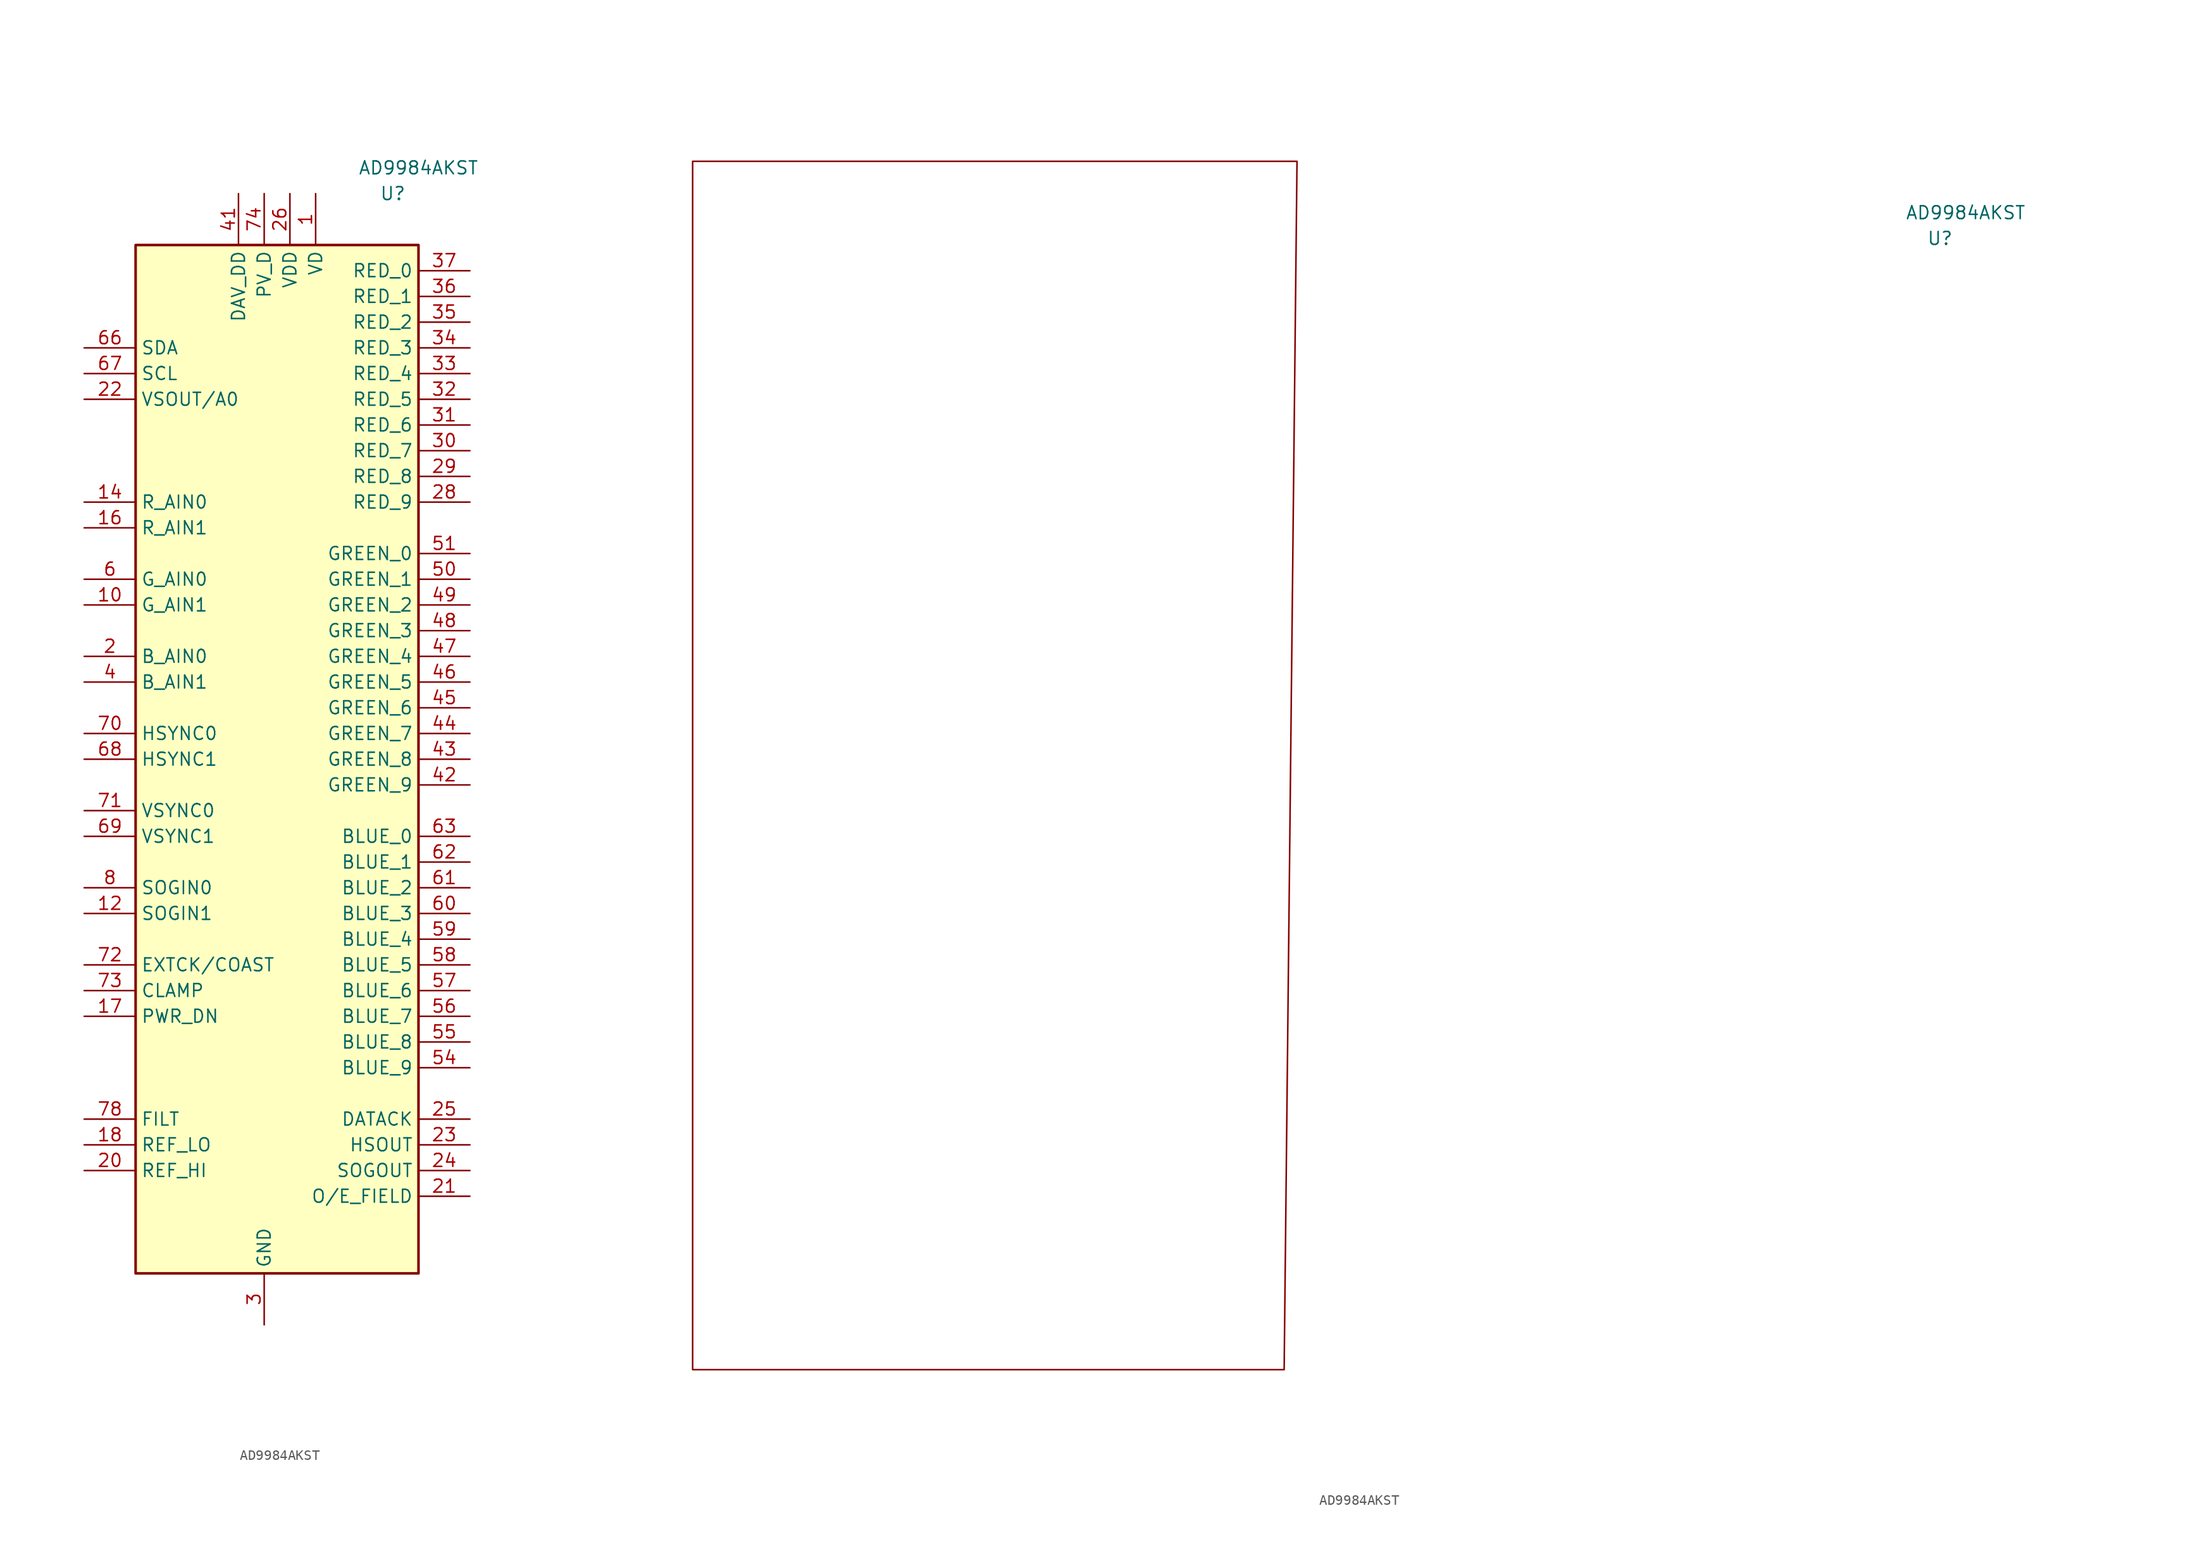
<source format=kicad_sym>
(kicad_symbol_lib
  (version 20241209)
  (generator "kicad_symbol_editor")
  (generator_version "9.0")
  (symbol "AD9984AKST"
    (property "Reference" "U"
      (at 10.16 55.88 0)
      (effects (font (size 1.27 1.27))))
    (property "Value" "AD9984AKST"
      (at 12.7 58.42 0)
      (effects (font (size 1.27 1.27))))
    (symbol "AD9984AKST_0_1"
      (rectangle (start 12.7 50.8) (end -15.24 -50.8) (stroke (width 0.254) (type default)) (fill (type background))))
    (symbol "AD9984AKST_0_2"
      (polyline (pts (xy -113.03 -55.88) (xy -54.61 -55.88) (xy -53.34 63.5) (xy -113.03 63.5) (xy -113.03 -55.88)) (stroke (width 0) (type default)) (fill (type none))))
    (symbol "AD9984AKST_1_1"
      (pin bidirectional line (at -20.32 40.64 0) (length 5.08) (name "SDA" (effects (font (size 1.27 1.27)))) (number "66" (effects (font (size 1.27 1.27)))))
      (pin input line (at -20.32 38.1 0) (length 5.08) (name "SCL" (effects (font (size 1.27 1.27)))) (number "67" (effects (font (size 1.27 1.27)))))
      (pin bidirectional line (at -20.32 35.56 0) (length 5.08) (name "VSOUT/A0" (effects (font (size 1.27 1.27)))) (number "22" (effects (font (size 1.27 1.27)))))
      (pin input line (at -20.32 25.4 0) (length 5.08) (name "R_AIN0" (effects (font (size 1.27 1.27)))) (number "14" (effects (font (size 1.27 1.27)))))
      (pin input line (at -20.32 22.86 0) (length 5.08) (name "R_AIN1" (effects (font (size 1.27 1.27)))) (number "16" (effects (font (size 1.27 1.27)))))
      (pin input line (at -20.32 17.78 0) (length 5.08) (name "G_AIN0" (effects (font (size 1.27 1.27)))) (number "6" (effects (font (size 1.27 1.27)))))
      (pin input line (at -20.32 15.24 0) (length 5.08) (name "G_AIN1" (effects (font (size 1.27 1.27)))) (number "10" (effects (font (size 1.27 1.27)))))
      (pin input line (at -20.32 10.16 0) (length 5.08) (name "B_AIN0" (effects (font (size 1.27 1.27)))) (number "2" (effects (font (size 1.27 1.27)))))
      (pin input line (at -20.32 7.62 0) (length 5.08) (name "B_AIN1" (effects (font (size 1.27 1.27)))) (number "4" (effects (font (size 1.27 1.27)))))
      (pin input line (at -20.32 2.54 0) (length 5.08) (name "HSYNC0" (effects (font (size 1.27 1.27)))) (number "70" (effects (font (size 1.27 1.27)))))
      (pin input line (at -20.32 0 0) (length 5.08) (name "HSYNC1" (effects (font (size 1.27 1.27)))) (number "68" (effects (font (size 1.27 1.27)))))
      (pin input line (at -20.32 -5.08 0) (length 5.08) (name "VSYNC0" (effects (font (size 1.27 1.27)))) (number "71" (effects (font (size 1.27 1.27)))))
      (pin input line (at -20.32 -7.62 0) (length 5.08) (name "VSYNC1" (effects (font (size 1.27 1.27)))) (number "69" (effects (font (size 1.27 1.27)))))
      (pin input line (at -20.32 -12.7 0) (length 5.08) (name "SOGIN0" (effects (font (size 1.27 1.27)))) (number "8" (effects (font (size 1.27 1.27)))))
      (pin input line (at -20.32 -15.24 0) (length 5.08) (name "SOGIN1" (effects (font (size 1.27 1.27)))) (number "12" (effects (font (size 1.27 1.27)))))
      (pin input line (at -20.32 -20.32 0) (length 5.08) (name "EXTCK/COAST" (effects (font (size 1.27 1.27)))) (number "72" (effects (font (size 1.27 1.27)))))
      (pin input line (at -20.32 -22.86 0) (length 5.08) (name "CLAMP" (effects (font (size 1.27 1.27)))) (number "73" (effects (font (size 1.27 1.27)))))
      (pin input line (at -20.32 -25.4 0) (length 5.08) (name "PWR_DN" (effects (font (size 1.27 1.27)))) (number "17" (effects (font (size 1.27 1.27)))))
      (pin input line (at -20.32 -35.56 0) (length 5.08) (name "FILT" (effects (font (size 1.27 1.27)))) (number "78" (effects (font (size 1.27 1.27)))))
      (pin input line (at -20.32 -38.1 0) (length 5.08) (name "REF_LO" (effects (font (size 1.27 1.27)))) (number "18" (effects (font (size 1.27 1.27)))))
      (pin input line (at -20.32 -40.64 0) (length 5.08) (name "REF_HI" (effects (font (size 1.27 1.27)))) (number "20" (effects (font (size 1.27 1.27)))))
      (pin power_in line (at -5.08 55.88 270) (length 5.08) (name "DAV_DD" (effects (font (size 1.27 1.27)))) (number "41" (effects (font (size 1.27 1.27)))))
      (pin power_in line (at -2.54 55.88 270) (length 5.08) (name "PV_D" (effects (font (size 1.27 1.27)))) (number "74" (effects (font (size 1.27 1.27)))))
      (pin passive line (at -2.54 55.88 270) (length 5.08) (hide yes) (name "PV_D" (effects (font (size 1.27 1.27)))) (number "76" (effects (font (size 1.27 1.27)))))
      (pin passive line (at -2.54 55.88 270) (length 5.08) (hide yes) (name "PV_D" (effects (font (size 1.27 1.27)))) (number "79" (effects (font (size 1.27 1.27)))))
      (pin passive line (at -2.54 -55.88 90) (length 5.08) (hide yes) (name "GND" (effects (font (size 1.27 1.27)))) (number "11" (effects (font (size 1.27 1.27)))))
      (pin passive line (at -2.54 -55.88 90) (length 5.08) (hide yes) (name "GND" (effects (font (size 1.27 1.27)))) (number "15" (effects (font (size 1.27 1.27)))))
      (pin passive line (at -2.54 -55.88 90) (length 5.08) (hide yes) (name "GND" (effects (font (size 1.27 1.27)))) (number "27" (effects (font (size 1.27 1.27)))))
      (pin power_in line (at -2.54 -55.88 90) (length 5.08) (name "GND" (effects (font (size 1.27 1.27)))) (number "3" (effects (font (size 1.27 1.27)))))
      (pin passive line (at -2.54 -55.88 90) (length 5.08) (hide yes) (name "GND" (effects (font (size 1.27 1.27)))) (number "39" (effects (font (size 1.27 1.27)))))
      (pin passive line (at -2.54 -55.88 90) (length 5.08) (hide yes) (name "GND" (effects (font (size 1.27 1.27)))) (number "40" (effects (font (size 1.27 1.27)))))
      (pin passive line (at -2.54 -55.88 90) (length 5.08) (hide yes) (name "GND" (effects (font (size 1.27 1.27)))) (number "53" (effects (font (size 1.27 1.27)))))
      (pin passive line (at -2.54 -55.88 90) (length 5.08) (hide yes) (name "GND" (effects (font (size 1.27 1.27)))) (number "65" (effects (font (size 1.27 1.27)))))
      (pin passive line (at -2.54 -55.88 90) (length 5.08) (hide yes) (name "GND" (effects (font (size 1.27 1.27)))) (number "7" (effects (font (size 1.27 1.27)))))
      (pin passive line (at -2.54 -55.88 90) (length 5.08) (hide yes) (name "GND" (effects (font (size 1.27 1.27)))) (number "75" (effects (font (size 1.27 1.27)))))
      (pin passive line (at -2.54 -55.88 90) (length 5.08) (hide yes) (name "GND" (effects (font (size 1.27 1.27)))) (number "77" (effects (font (size 1.27 1.27)))))
      (pin passive line (at -2.54 -55.88 90) (length 5.08) (hide yes) (name "GND" (effects (font (size 1.27 1.27)))) (number "80" (effects (font (size 1.27 1.27)))))
      (pin power_in line (at 0 55.88 270) (length 5.08) (name "VDD" (effects (font (size 1.27 1.27)))) (number "26" (effects (font (size 1.27 1.27)))))
      (pin passive line (at 0 55.88 270) (length 5.08) (hide yes) (name "VDD" (effects (font (size 1.27 1.27)))) (number "38" (effects (font (size 1.27 1.27)))))
      (pin passive line (at 0 55.88 270) (length 5.08) (hide yes) (name "VDD" (effects (font (size 1.27 1.27)))) (number "52" (effects (font (size 1.27 1.27)))))
      (pin passive line (at 0 55.88 270) (length 5.08) (hide yes) (name "VDD" (effects (font (size 1.27 1.27)))) (number "64" (effects (font (size 1.27 1.27)))))
      (pin power_in line (at 2.54 55.88 270) (length 5.08) (name "VD" (effects (font (size 1.27 1.27)))) (number "1" (effects (font (size 1.27 1.27)))))
      (pin passive line (at 2.54 55.88 270) (length 5.08) (hide yes) (name "VD" (effects (font (size 1.27 1.27)))) (number "13" (effects (font (size 1.27 1.27)))))
      (pin passive line (at 2.54 55.88 270) (length 5.08) (hide yes) (name "VD" (effects (font (size 1.27 1.27)))) (number "5" (effects (font (size 1.27 1.27)))))
      (pin passive line (at 2.54 55.88 270) (length 5.08) (hide yes) (name "VD" (effects (font (size 1.27 1.27)))) (number "9" (effects (font (size 1.27 1.27)))))
      (pin no_connect line (at 12.7 -48.26 180) (length 5.08) (hide yes) (name "NC" (effects (font (size 1.27 1.27)))) (number "19" (effects (font (size 1.27 1.27)))))
      (pin output line (at 17.78 48.26 180) (length 5.08) (name "RED_0" (effects (font (size 1.27 1.27)))) (number "37" (effects (font (size 1.27 1.27)))))
      (pin output line (at 17.78 45.72 180) (length 5.08) (name "RED_1" (effects (font (size 1.27 1.27)))) (number "36" (effects (font (size 1.27 1.27)))))
      (pin output line (at 17.78 43.18 180) (length 5.08) (name "RED_2" (effects (font (size 1.27 1.27)))) (number "35" (effects (font (size 1.27 1.27)))))
      (pin output line (at 17.78 40.64 180) (length 5.08) (name "RED_3" (effects (font (size 1.27 1.27)))) (number "34" (effects (font (size 1.27 1.27)))))
      (pin output line (at 17.78 38.1 180) (length 5.08) (name "RED_4" (effects (font (size 1.27 1.27)))) (number "33" (effects (font (size 1.27 1.27)))))
      (pin output line (at 17.78 35.56 180) (length 5.08) (name "RED_5" (effects (font (size 1.27 1.27)))) (number "32" (effects (font (size 1.27 1.27)))))
      (pin output line (at 17.78 33.02 180) (length 5.08) (name "RED_6" (effects (font (size 1.27 1.27)))) (number "31" (effects (font (size 1.27 1.27)))))
      (pin output line (at 17.78 30.48 180) (length 5.08) (name "RED_7" (effects (font (size 1.27 1.27)))) (number "30" (effects (font (size 1.27 1.27)))))
      (pin output line (at 17.78 27.94 180) (length 5.08) (name "RED_8" (effects (font (size 1.27 1.27)))) (number "29" (effects (font (size 1.27 1.27)))))
      (pin output line (at 17.78 25.4 180) (length 5.08) (name "RED_9" (effects (font (size 1.27 1.27)))) (number "28" (effects (font (size 1.27 1.27)))))
      (pin output line (at 17.78 20.32 180) (length 5.08) (name "GREEN_0" (effects (font (size 1.27 1.27)))) (number "51" (effects (font (size 1.27 1.27)))))
      (pin output line (at 17.78 17.78 180) (length 5.08) (name "GREEN_1" (effects (font (size 1.27 1.27)))) (number "50" (effects (font (size 1.27 1.27)))))
      (pin output line (at 17.78 15.24 180) (length 5.08) (name "GREEN_2" (effects (font (size 1.27 1.27)))) (number "49" (effects (font (size 1.27 1.27)))))
      (pin output line (at 17.78 12.7 180) (length 5.08) (name "GREEN_3" (effects (font (size 1.27 1.27)))) (number "48" (effects (font (size 1.27 1.27)))))
      (pin output line (at 17.78 10.16 180) (length 5.08) (name "GREEN_4" (effects (font (size 1.27 1.27)))) (number "47" (effects (font (size 1.27 1.27)))))
      (pin output line (at 17.78 7.62 180) (length 5.08) (name "GREEN_5" (effects (font (size 1.27 1.27)))) (number "46" (effects (font (size 1.27 1.27)))))
      (pin output line (at 17.78 5.08 180) (length 5.08) (name "GREEN_6" (effects (font (size 1.27 1.27)))) (number "45" (effects (font (size 1.27 1.27)))))
      (pin output line (at 17.78 2.54 180) (length 5.08) (name "GREEN_7" (effects (font (size 1.27 1.27)))) (number "44" (effects (font (size 1.27 1.27)))))
      (pin output line (at 17.78 0 180) (length 5.08) (name "GREEN_8" (effects (font (size 1.27 1.27)))) (number "43" (effects (font (size 1.27 1.27)))))
      (pin output line (at 17.78 -2.54 180) (length 5.08) (name "GREEN_9" (effects (font (size 1.27 1.27)))) (number "42" (effects (font (size 1.27 1.27)))))
      (pin output line (at 17.78 -7.62 180) (length 5.08) (name "BLUE_0" (effects (font (size 1.27 1.27)))) (number "63" (effects (font (size 1.27 1.27)))))
      (pin output line (at 17.78 -10.16 180) (length 5.08) (name "BLUE_1" (effects (font (size 1.27 1.27)))) (number "62" (effects (font (size 1.27 1.27)))))
      (pin output line (at 17.78 -12.7 180) (length 5.08) (name "BLUE_2" (effects (font (size 1.27 1.27)))) (number "61" (effects (font (size 1.27 1.27)))))
      (pin output line (at 17.78 -15.24 180) (length 5.08) (name "BLUE_3" (effects (font (size 1.27 1.27)))) (number "60" (effects (font (size 1.27 1.27)))))
      (pin output line (at 17.78 -17.78 180) (length 5.08) (name "BLUE_4" (effects (font (size 1.27 1.27)))) (number "59" (effects (font (size 1.27 1.27)))))
      (pin output line (at 17.78 -20.32 180) (length 5.08) (name "BLUE_5" (effects (font (size 1.27 1.27)))) (number "58" (effects (font (size 1.27 1.27)))))
      (pin output line (at 17.78 -22.86 180) (length 5.08) (name "BLUE_6" (effects (font (size 1.27 1.27)))) (number "57" (effects (font (size 1.27 1.27)))))
      (pin output line (at 17.78 -25.4 180) (length 5.08) (name "BLUE_7" (effects (font (size 1.27 1.27)))) (number "56" (effects (font (size 1.27 1.27)))))
      (pin output line (at 17.78 -27.94 180) (length 5.08) (name "BLUE_8" (effects (font (size 1.27 1.27)))) (number "55" (effects (font (size 1.27 1.27)))))
      (pin output line (at 17.78 -30.48 180) (length 5.08) (name "BLUE_9" (effects (font (size 1.27 1.27)))) (number "54" (effects (font (size 1.27 1.27)))))
      (pin output line (at 17.78 -35.56 180) (length 5.08) (name "DATACK" (effects (font (size 1.27 1.27)))) (number "25" (effects (font (size 1.27 1.27)))))
      (pin output line (at 17.78 -38.1 180) (length 5.08) (name "HSOUT" (effects (font (size 1.27 1.27)))) (number "23" (effects (font (size 1.27 1.27)))))
      (pin output line (at 17.78 -40.64 180) (length 5.08) (name "SOGOUT" (effects (font (size 1.27 1.27)))) (number "24" (effects (font (size 1.27 1.27)))))
      (pin output line (at 17.78 -43.18 180) (length 5.08) (name "O/E_FIELD" (effects (font (size 1.27 1.27)))) (number "21" (effects (font (size 1.27 1.27))))))))
</source>
